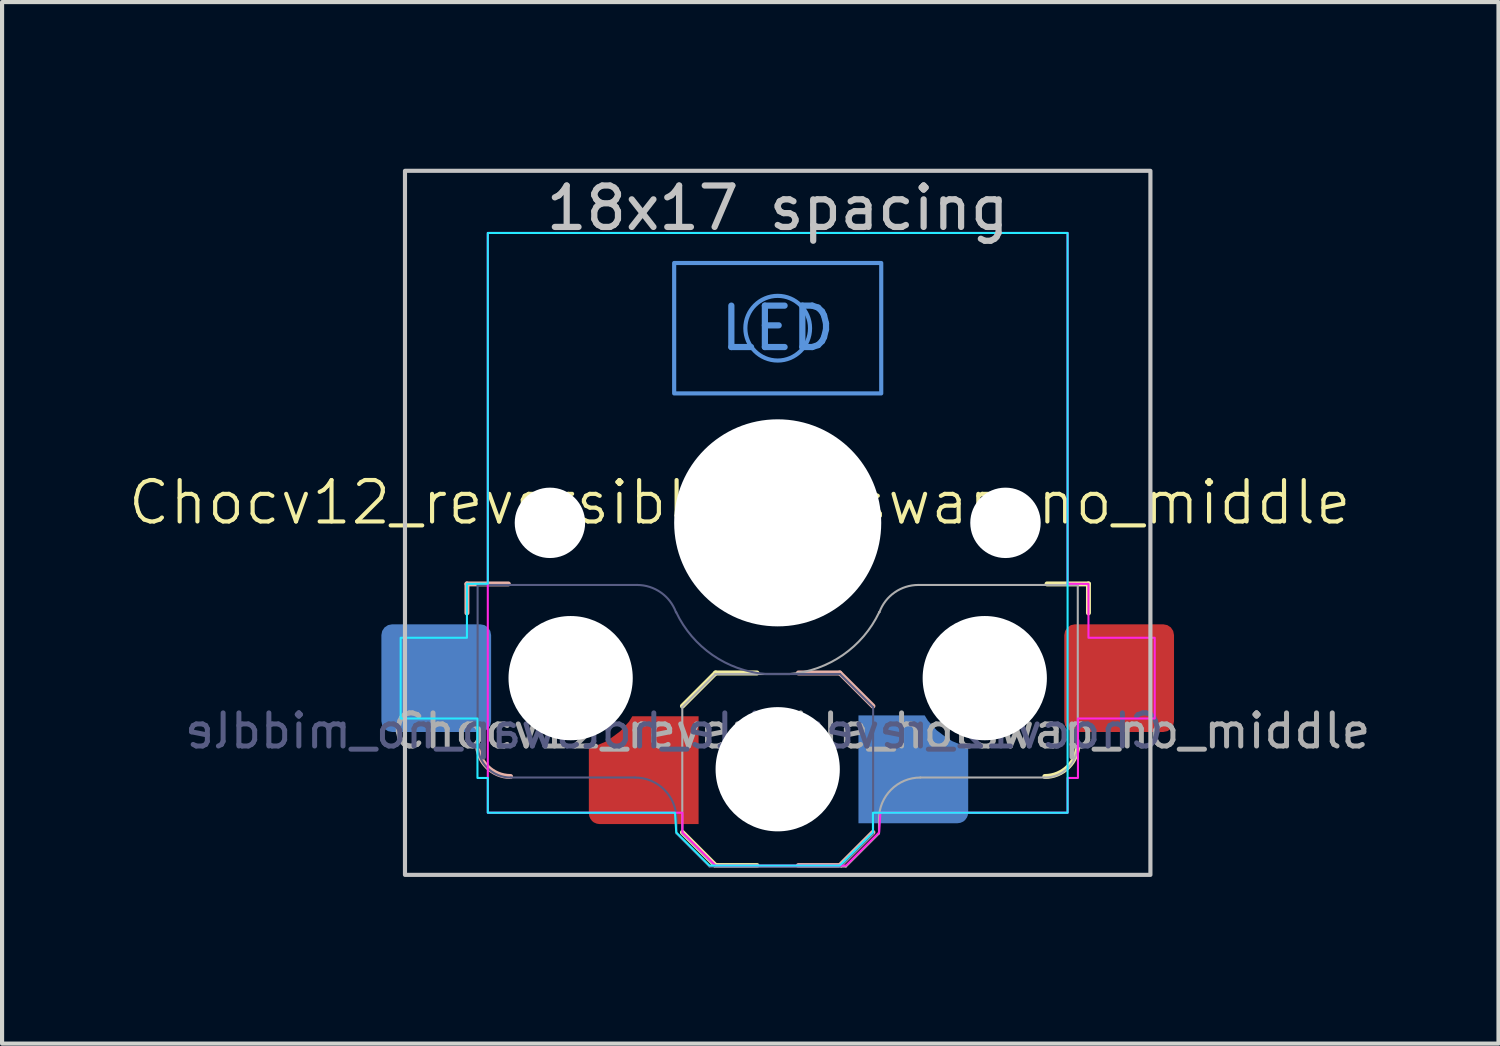
<source format=kicad_pcb>
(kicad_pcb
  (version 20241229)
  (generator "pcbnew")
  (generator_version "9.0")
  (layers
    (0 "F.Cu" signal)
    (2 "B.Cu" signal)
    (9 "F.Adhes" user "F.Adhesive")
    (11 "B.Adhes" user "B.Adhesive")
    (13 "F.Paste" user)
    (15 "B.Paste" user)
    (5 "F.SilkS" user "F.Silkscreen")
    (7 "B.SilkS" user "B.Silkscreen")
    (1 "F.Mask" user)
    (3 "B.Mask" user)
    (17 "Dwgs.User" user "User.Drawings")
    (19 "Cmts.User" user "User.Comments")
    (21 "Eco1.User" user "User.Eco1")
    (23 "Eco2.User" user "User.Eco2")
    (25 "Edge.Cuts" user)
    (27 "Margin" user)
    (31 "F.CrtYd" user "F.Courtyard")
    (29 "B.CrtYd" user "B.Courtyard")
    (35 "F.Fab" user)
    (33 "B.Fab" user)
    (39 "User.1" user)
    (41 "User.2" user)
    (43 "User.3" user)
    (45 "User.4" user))
  (footprint "Chocv12_reversible_hotswap_no_middle"
    (layer "F.Cu")
    (at 15.729 9.575)
    (property "Reference" "Chocv12_reversible_hotswap_no_middle" (at -0.917 -0.491 0) (unlocked yes) (layer "F.SilkS") (effects (font (size 1 1) (thickness 0.1))))
    (attr through_hole)
    (fp_line (start -2.3 7.475) (end -1.5 8.275) (stroke (width 0.12) (type solid)) (layer "F.SilkS"))
    (fp_line (start -1.5 3.625) (end -2.3 4.425) (stroke (width 0.12) (type solid)) (layer "F.SilkS"))
    (fp_line (start -1.5 3.625) (end -0.5 3.625) (stroke (width 0.12) (type solid)) (layer "F.SilkS"))
    (fp_line (start -1.5 8.275) (end -0.5 8.275) (stroke (width 0.12) (type solid)) (layer "F.SilkS"))
    (fp_line (start 7.504 1.475) (end 6.504 1.475) (stroke (width 0.12) (type solid)) (layer "F.SilkS"))
    (fp_line (start 7.504 1.475) (end 7.504 2.175) (stroke (width 0.12) (type solid)) (layer "F.SilkS"))
    (fp_arc (start 7.25 5.325) (mid 7.015685 5.890685) (end 6.45 6.125) (stroke (width 0.12) (type solid)) (layer "F.SilkS"))
    (fp_line (start -7.504 1.475) (end -7.504 2.175) (stroke (width 0.12) (type solid)) (layer "B.SilkS"))
    (fp_line (start -7.504 1.475) (end -6.504 1.475) (stroke (width 0.12) (type solid)) (layer "B.SilkS"))
    (fp_line (start 1.5 3.625) (end 0.5 3.625) (stroke (width 0.12) (type solid)) (layer "B.SilkS"))
    (fp_line (start 1.5 3.625) (end 2.3 4.425) (stroke (width 0.12) (type solid)) (layer "B.SilkS"))
    (fp_line (start 1.5 8.275) (end 0.5 8.275) (stroke (width 0.12) (type solid)) (layer "B.SilkS"))
    (fp_line (start 2.3 7.475) (end 1.5 8.275) (stroke (width 0.12) (type solid)) (layer "B.SilkS"))
    (fp_arc (start -6.45 6.125) (mid -7.015688 5.890686) (end -7.25 5.325) (stroke (width 0.12) (type solid)) (layer "B.SilkS"))
    (fp_rect (start -9 -8.5) (end 9 8.5) (stroke (width 0.1) (type default)) (fill no) (layer "Dwgs.User"))
    (fp_rect (start -2.5 -6.275) (end 2.5 -3.125) (stroke (width 0.1) (type default)) (fill no) (layer "Cmts.User"))
    (fp_circle (center 0 -4.7) (end 0.6 -5.2) (stroke (width 0.1) (type default)) (fill no) (layer "Cmts.User"))
    (fp_rect (start -9.525 -9.525) (end 9.525 9.525) (stroke (width 0.1) (type default)) (fill no) (layer "Eco1.User"))
    (fp_line (start -6.95 -6.45) (end -6.95 6.45) (stroke (width 0.05) (type solid)) (layer "Eco2.User"))
    (fp_line (start -6.45 6.95) (end 6.45 6.95) (stroke (width 0.05) (type solid)) (layer "Eco2.User"))
    (fp_line (start 6.45 -6.95) (end -6.45 -6.95) (stroke (width 0.05) (type solid)) (layer "Eco2.User"))
    (fp_line (start 6.95 6.45) (end 6.95 -6.45) (stroke (width 0.05) (type solid)) (layer "Eco2.User"))
    (fp_arc (start -6.95 -6.45) (mid -6.803553 -6.803553) (end -6.45 -6.95) (stroke (width 0.05) (type solid)) (layer "Eco2.User"))
    (fp_arc (start -6.45 6.95) (mid -6.803553 6.803553) (end -6.95 6.45) (stroke (width 0.05) (type solid)) (layer "Eco2.User"))
    (fp_arc (start 6.45 -6.95) (mid 6.803553 -6.803553) (end 6.95 -6.45) (stroke (width 0.05) (type solid)) (layer "Eco2.User"))
    (fp_arc (start 6.95 6.45) (mid 6.803553 6.803553) (end 6.45 6.95) (stroke (width 0.05) (type solid)) (layer "Eco2.User"))
    (fp_poly (pts (xy -7 -7) (xy -7 1.47) (xy -7.504 1.475) (xy -7.504 2.775) (xy -9.104 2.775) (xy -9.104 4.725) (xy -7.25 4.725) (xy -7.25 6.16) (xy -7 6.16) (xy -7 7) (xy -2.48 7) (xy -2.45 7.475) (xy -1.65 8.275) (xy 1.5 8.275) (xy 2.3 7.475) (xy 2.3 7) (xy 7 7) (xy 7 -7)) (stroke (width 0.05) (type solid)) (fill no) (layer "B.CrtYd"))
    (fp_poly (pts (xy 7 -7) (xy 7 1.47) (xy 7.504 1.475) (xy 7.504 2.775) (xy 9.104 2.775) (xy 9.104 4.725) (xy 7.25 4.725) (xy 7.25 6.16) (xy 7 6.16) (xy 7 7) (xy 2.48 7) (xy 2.45 7.475) (xy 1.65 8.275) (xy -1.5 8.275) (xy -2.3 7.475) (xy -2.3 7) (xy -7 7) (xy -7 -7)) (stroke (width 0.05) (type solid)) (fill no) (layer "F.CrtYd"))
    (fp_line (start -7.246 1.5) (end -3.396 1.5) (stroke (width 0.05) (type solid)) (layer "B.Fab"))
    (fp_line (start -7.246 5.35) (end -7.246 1.5) (stroke (width 0.05) (type solid)) (layer "B.Fab"))
    (fp_line (start -3.446 6.15) (end -6.446 6.15) (stroke (width 0.05) (type solid)) (layer "B.Fab"))
    (fp_line (start -2.451 2.158) (end -2.456 2.158) (stroke (width 0.05) (type default)) (layer "B.Fab"))
    (fp_line (start -2.446 7.5) (end -2.446 7.15) (stroke (width 0.05) (type solid)) (layer "B.Fab"))
    (fp_line (start -2.446 7.5) (end -1.646 8.3) (stroke (width 0.05) (type solid)) (layer "B.Fab"))
    (fp_line (start 1.504 3.65) (end -0.296 3.65) (stroke (width 0.05) (type solid)) (layer "B.Fab"))
    (fp_line (start 1.504 3.65) (end 2.304 4.45) (stroke (width 0.05) (type solid)) (layer "B.Fab"))
    (fp_line (start 1.504 8.3) (end -1.646 8.3) (stroke (width 0.05) (type solid)) (layer "B.Fab"))
    (fp_line (start 2.304 7.5) (end 1.504 8.3) (stroke (width 0.05) (type solid)) (layer "B.Fab"))
    (fp_line (start 2.304 7.5) (end 2.304 4.45) (stroke (width 0.05) (type solid)) (layer "B.Fab"))
    (fp_arc (start -6.446 6.15) (mid -7.011688 5.915686) (end -7.246 5.35) (stroke (width 0.05) (type solid)) (layer "B.Fab"))
    (fp_arc (start -3.446 6.15) (mid -2.738896 6.442894) (end -2.446 7.15) (stroke (width 0.05) (type solid)) (layer "B.Fab"))
    (fp_arc (start -3.396 1.5) (mid -2.822425 1.680849) (end -2.456307 2.15798) (stroke (width 0.05) (type solid)) (layer "B.Fab"))
    (fp_arc (start -0.295999 3.649999) (mid -1.573272 3.192235) (end -2.451444 2.15793) (stroke (width 0.05) (type solid)) (layer "B.Fab"))
    (fp_line (start -2.304 7.5) (end -2.304 4.45) (stroke (width 0.05) (type solid)) (layer "F.Fab"))
    (fp_line (start -2.304 7.5) (end -1.504 8.3) (stroke (width 0.05) (type solid)) (layer "F.Fab"))
    (fp_line (start -1.504 3.65) (end -2.304 4.45) (stroke (width 0.05) (type solid)) (layer "F.Fab"))
    (fp_line (start -1.504 3.65) (end 0.296 3.65) (stroke (width 0.05) (type solid)) (layer "F.Fab"))
    (fp_line (start -1.504 8.3) (end 1.646 8.3) (stroke (width 0.05) (type solid)) (layer "F.Fab"))
    (fp_line (start 2.446 7.5) (end 1.646 8.3) (stroke (width 0.05) (type solid)) (layer "F.Fab"))
    (fp_line (start 2.446 7.5) (end 2.446 7.15) (stroke (width 0.05) (type solid)) (layer "F.Fab"))
    (fp_line (start 2.451 2.158) (end 2.456 2.158) (stroke (width 0.05) (type default)) (layer "F.Fab"))
    (fp_line (start 3.446 6.15) (end 6.446 6.15) (stroke (width 0.05) (type solid)) (layer "F.Fab"))
    (fp_line (start 7.246 1.5) (end 3.396 1.5) (stroke (width 0.05) (type solid)) (layer "F.Fab"))
    (fp_line (start 7.246 5.35) (end 7.246 1.5) (stroke (width 0.05) (type solid)) (layer "F.Fab"))
    (fp_arc (start 2.446 7.15) (mid 2.738893 6.442893) (end 3.446 6.15) (stroke (width 0.05) (type solid)) (layer "F.Fab"))
    (fp_arc (start 2.451444 2.15793) (mid 1.573272 3.192235) (end 0.295999 3.649999) (stroke (width 0.05) (type solid)) (layer "F.Fab"))
    (fp_arc (start 2.456307 2.15798) (mid 2.822423 1.680848) (end 3.396 1.5) (stroke (width 0.05) (type solid)) (layer "F.Fab"))
    (fp_arc (start 7.246 5.35) (mid 7.011685 5.915685) (end 6.446 6.15) (stroke (width 0.05) (type solid)) (layer "F.Fab"))
    (fp_text user "18x17 spacing" (at 0 -7.6 180) (layer "Dwgs.User") (effects (font (size 1 1) (thickness 0.15))))
    (fp_text user "LED" (at 0 -4.7 0) (unlocked yes) (layer "Cmts.User") (effects (font (size 1 1) (thickness 0.15))))
    (fp_text user "19.05 spacing" (at 0 -8.7 180) (layer "Eco1.User") (effects (font (size 1 1) (thickness 0.15))))
    (fp_text user "${REFERENCE}" (at -2.496 5.025 0) (layer "B.Fab") (effects (font (size 0.8 0.8) (thickness 0.12)) (justify mirror)))
    (fp_text user "${REFERENCE}" (at 2.496 5.025 0) (layer "F.Fab") (effects (font (size 0.8 0.8) (thickness 0.12))))
    (pad "" np_thru_hole circle (at -5.5 0 180) (size 1.7 1.7) (drill 1.7) (layers "*.Cu" "*.Mask"))
    (pad "" np_thru_hole circle (at -5 3.75) (size 3 3) (drill 3) (layers "*.Cu" "*.Mask"))
    (pad "" np_thru_hole circle (at 0 0 180) (size 5 5) (drill 5) (layers "*.Cu" "*.Mask"))
    (pad "" np_thru_hole circle (at 0 5.95) (size 3 3) (drill 3) (layers "*.Cu" "*.Mask"))
    (pad "" np_thru_hole circle (at 5 3.75) (size 3 3) (drill 3) (layers "*.Cu" "*.Mask"))
    (pad "" np_thru_hole circle (at 5.5 0 180) (size 1.7 1.7) (drill 1.7) (layers "*.Cu" "*.Mask"))
    (pad "1" smd custom (at -3.26 6.074) (size 1.458 1.458) (layers "F.Cu" "F.Mask" "F.Paste") (options (anchor circle)) (primitives (gr_poly (pts (xy -1.3 0.94) (xy -1.3 -0.644) (xy -1.1 -0.704) (xy -0.91 -0.784) (xy -0.74 -0.894) (xy -0.54 -1.044) (xy -0.33 -1.274) (xy -0.25 -1.404) (xy 1.35 -1.404) (xy 1.35 1.2) (xy -1.04 1.2) (xy -1.11 1.19) (xy -1.18 1.16) (xy -1.224 1.124) (xy -1.27 1.06) (xy -1.29 1.01)) (width 0.0001) (fill yes))))
    (pad "1" smd custom (at 3.3 6.054) (size 1.458 1.458) (layers "B.Cu" "B.Mask" "B.Paste") (options (anchor circle)) (primitives (gr_poly (pts (xy 1.3 0.94) (xy 1.3 -0.644) (xy 1.1 -0.704) (xy 0.91 -0.784) (xy 0.74 -0.894) (xy 0.54 -1.044) (xy 0.33 -1.274) (xy 0.25 -1.404) (xy -1.35 -1.404) (xy -1.35 1.2) (xy 1.04 1.2) (xy 1.11 1.19) (xy 1.18 1.16) (xy 1.224 1.124) (xy 1.27 1.06) (xy 1.29 1.01)) (width 0.0001) (fill yes))))
    (pad "2" smd roundrect (at -8.245 3.75) (size 2.65 2.6) (layers "B.Cu" "B.Mask" "B.Paste") (roundrect_rratio 0.1))
    (pad "2" smd roundrect (at 8.245 3.75) (size 2.65 2.6) (layers "F.Cu" "F.Mask" "F.Paste") (roundrect_rratio 0.1)))
  (gr_rect
    (start -3 -3)
    (end 33.134 22.15)
    (stroke (width 0.1) (type default))
    (fill no)
    (layer "Edge.Cuts")))
</source>
